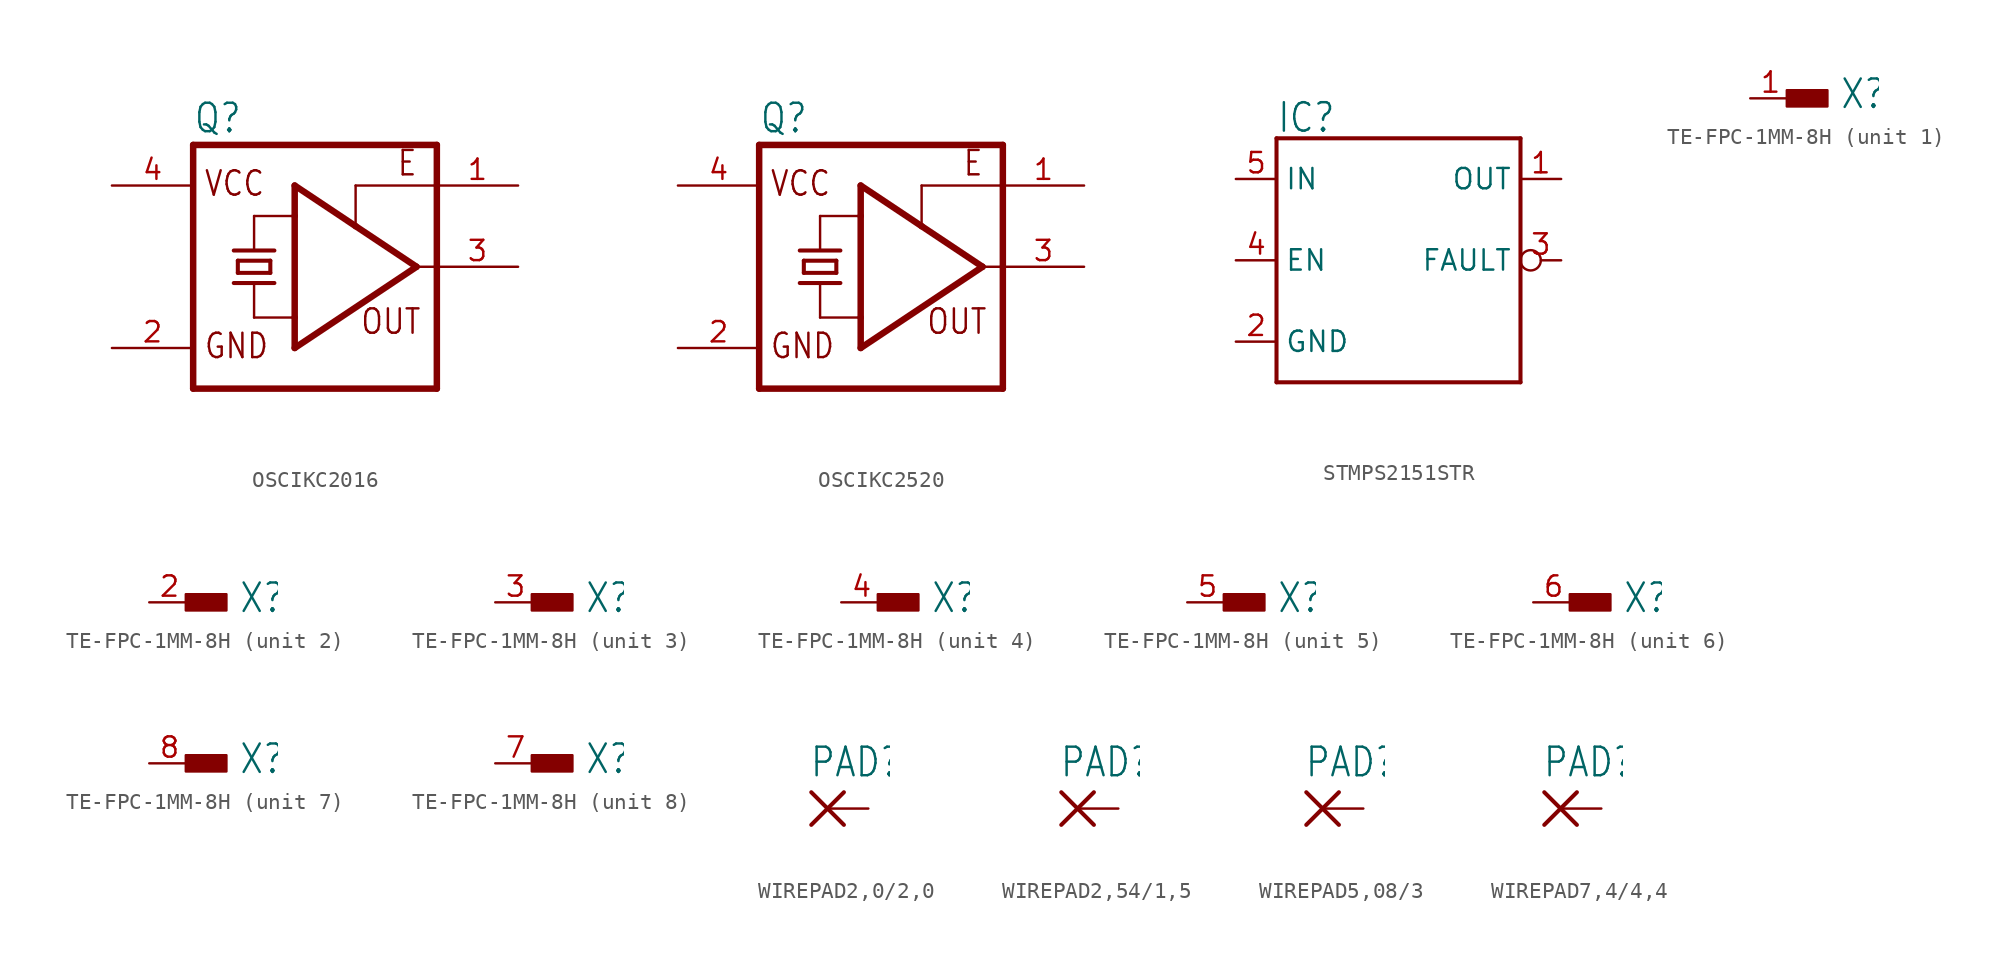
<source format=kicad_sym>
(kicad_symbol_lib
  (version 20231120)
  (generator "kicad_symbol_editor")
  (generator_version "8.0")
  (symbol "OSCIKC2016"
    (property "Reference" "Q"
      (at -7.62 8.255 0)
      (effects (font (size 1.778 1.511)) (justify left bottom)))
    (property "Value" ""
      (at -7.62 -10.16 0)
      (effects (font (size 1.778 1.511)) (justify left bottom)))
    (property "ki_locked" ""
      (at 0 0 0)
      (effects (font (size 1.27 1.27))))
    (symbol "OSCIKC2016_1_0"
      (polyline (pts (xy -7.62 7.62) (xy -7.62 -7.62)) (stroke (width 0.406) (type solid)) (fill (type none)))
      (polyline (pts (xy -7.62 7.62) (xy 7.62 7.62)) (stroke (width 0.406) (type solid)) (fill (type none)))
      (polyline (pts (xy -5.08 -1.016) (xy -3.81 -1.016)) (stroke (width 0.254) (type solid)) (fill (type none)))
      (polyline (pts (xy -5.08 1.016) (xy -2.54 1.016)) (stroke (width 0.254) (type solid)) (fill (type none)))
      (polyline (pts (xy -4.826 -0.381) (xy -4.826 0.381)) (stroke (width 0.254) (type solid)) (fill (type none)))
      (polyline (pts (xy -4.826 -0.381) (xy -2.794 -0.381)) (stroke (width 0.254) (type solid)) (fill (type none)))
      (polyline (pts (xy -4.826 0.381) (xy -2.794 0.381)) (stroke (width 0.254) (type solid)) (fill (type none)))
      (polyline (pts (xy -3.81 -3.175) (xy -3.81 -1.016)) (stroke (width 0.152) (type solid)) (fill (type none)))
      (polyline (pts (xy -3.81 -3.175) (xy -1.27 -3.175)) (stroke (width 0.152) (type solid)) (fill (type none)))
      (polyline (pts (xy -3.81 -1.016) (xy -2.54 -1.016)) (stroke (width 0.254) (type solid)) (fill (type none)))
      (polyline (pts (xy -3.81 1.016) (xy -3.81 3.175)) (stroke (width 0.152) (type solid)) (fill (type none)))
      (polyline (pts (xy -3.81 3.175) (xy -1.27 3.175)) (stroke (width 0.152) (type solid)) (fill (type none)))
      (polyline (pts (xy -2.794 0.381) (xy -2.794 -0.381)) (stroke (width 0.254) (type solid)) (fill (type none)))
      (polyline (pts (xy -1.27 -5.08) (xy -1.27 -3.175)) (stroke (width 0.406) (type solid)) (fill (type none)))
      (polyline (pts (xy -1.27 -3.175) (xy -1.27 3.175)) (stroke (width 0.406) (type solid)) (fill (type none)))
      (polyline (pts (xy -1.27 3.175) (xy -1.27 5.08)) (stroke (width 0.406) (type solid)) (fill (type none)))
      (polyline (pts (xy -1.27 5.08) (xy 2.54 2.54)) (stroke (width 0.406) (type solid)) (fill (type none)))
      (polyline (pts (xy 2.54 2.54) (xy 6.35 0)) (stroke (width 0.406) (type solid)) (fill (type none)))
      (polyline (pts (xy 2.54 5.08) (xy 2.54 2.54)) (stroke (width 0.152) (type solid)) (fill (type none)))
      (polyline (pts (xy 6.35 0) (xy -1.27 -5.08)) (stroke (width 0.406) (type solid)) (fill (type none)))
      (polyline (pts (xy 6.35 0) (xy 7.62 0)) (stroke (width 0.152) (type solid)) (fill (type none)))
      (polyline (pts (xy 7.62 -7.62) (xy -7.62 -7.62)) (stroke (width 0.406) (type solid)) (fill (type none)))
      (polyline (pts (xy 7.62 -7.62) (xy 7.62 0)) (stroke (width 0.406) (type solid)) (fill (type none)))
      (polyline (pts (xy 7.62 0) (xy 7.62 5.08)) (stroke (width 0.406) (type solid)) (fill (type none)))
      (polyline (pts (xy 7.62 5.08) (xy 2.54 5.08)) (stroke (width 0.152) (type solid)) (fill (type none)))
      (polyline (pts (xy 7.62 5.08) (xy 7.62 7.62)) (stroke (width 0.406) (type solid)) (fill (type none)))
      (text "E" (at 5.08 5.588 0) (effects (font (size 1.524 1.295)) (justify left bottom)))
      (text "GND" (at -6.985 -5.842 0) (effects (font (size 1.524 1.295)) (justify left bottom)))
      (text "OUT" (at 2.794 -4.318 0) (effects (font (size 1.524 1.295)) (justify left bottom)))
      (text "VCC" (at -6.985 4.318 0) (effects (font (size 1.524 1.295)) (justify left bottom)))
      (pin input line (at 12.7 5.08 180) (length 5.08) (name "OE" (effects (font (size 0 0)))) (number "1" (effects (font (size 1.27 1.27)))))
      (pin power_in line (at -12.7 -5.08 0) (length 5.08) (name "GND" (effects (font (size 0 0)))) (number "2" (effects (font (size 1.27 1.27)))))
      (pin output line (at 12.7 0 180) (length 5.08) (name "FO" (effects (font (size 0 0)))) (number "3" (effects (font (size 1.27 1.27)))))
      (pin power_in line (at -12.7 5.08 0) (length 5.08) (name "VCC" (effects (font (size 0 0)))) (number "4" (effects (font (size 1.27 1.27)))))))
  (symbol "OSCIKC2520"
    (property "Reference" "Q"
      (at -7.62 8.255 0)
      (effects (font (size 1.778 1.511)) (justify left bottom)))
    (property "Value" ""
      (at -7.62 -10.16 0)
      (effects (font (size 1.778 1.511)) (justify left bottom)))
    (property "ki_locked" ""
      (at 0 0 0)
      (effects (font (size 1.27 1.27))))
    (symbol "OSCIKC2520_1_0"
      (polyline (pts (xy -7.62 7.62) (xy -7.62 -7.62)) (stroke (width 0.406) (type solid)) (fill (type none)))
      (polyline (pts (xy -7.62 7.62) (xy 7.62 7.62)) (stroke (width 0.406) (type solid)) (fill (type none)))
      (polyline (pts (xy -5.08 -1.016) (xy -3.81 -1.016)) (stroke (width 0.254) (type solid)) (fill (type none)))
      (polyline (pts (xy -5.08 1.016) (xy -2.54 1.016)) (stroke (width 0.254) (type solid)) (fill (type none)))
      (polyline (pts (xy -4.826 -0.381) (xy -4.826 0.381)) (stroke (width 0.254) (type solid)) (fill (type none)))
      (polyline (pts (xy -4.826 -0.381) (xy -2.794 -0.381)) (stroke (width 0.254) (type solid)) (fill (type none)))
      (polyline (pts (xy -4.826 0.381) (xy -2.794 0.381)) (stroke (width 0.254) (type solid)) (fill (type none)))
      (polyline (pts (xy -3.81 -3.175) (xy -3.81 -1.016)) (stroke (width 0.152) (type solid)) (fill (type none)))
      (polyline (pts (xy -3.81 -3.175) (xy -1.27 -3.175)) (stroke (width 0.152) (type solid)) (fill (type none)))
      (polyline (pts (xy -3.81 -1.016) (xy -2.54 -1.016)) (stroke (width 0.254) (type solid)) (fill (type none)))
      (polyline (pts (xy -3.81 1.016) (xy -3.81 3.175)) (stroke (width 0.152) (type solid)) (fill (type none)))
      (polyline (pts (xy -3.81 3.175) (xy -1.27 3.175)) (stroke (width 0.152) (type solid)) (fill (type none)))
      (polyline (pts (xy -2.794 0.381) (xy -2.794 -0.381)) (stroke (width 0.254) (type solid)) (fill (type none)))
      (polyline (pts (xy -1.27 -5.08) (xy -1.27 -3.175)) (stroke (width 0.406) (type solid)) (fill (type none)))
      (polyline (pts (xy -1.27 -3.175) (xy -1.27 3.175)) (stroke (width 0.406) (type solid)) (fill (type none)))
      (polyline (pts (xy -1.27 3.175) (xy -1.27 5.08)) (stroke (width 0.406) (type solid)) (fill (type none)))
      (polyline (pts (xy -1.27 5.08) (xy 2.54 2.54)) (stroke (width 0.406) (type solid)) (fill (type none)))
      (polyline (pts (xy 2.54 2.54) (xy 6.35 0)) (stroke (width 0.406) (type solid)) (fill (type none)))
      (polyline (pts (xy 2.54 5.08) (xy 2.54 2.54)) (stroke (width 0.152) (type solid)) (fill (type none)))
      (polyline (pts (xy 6.35 0) (xy -1.27 -5.08)) (stroke (width 0.406) (type solid)) (fill (type none)))
      (polyline (pts (xy 6.35 0) (xy 7.62 0)) (stroke (width 0.152) (type solid)) (fill (type none)))
      (polyline (pts (xy 7.62 -7.62) (xy -7.62 -7.62)) (stroke (width 0.406) (type solid)) (fill (type none)))
      (polyline (pts (xy 7.62 -7.62) (xy 7.62 0)) (stroke (width 0.406) (type solid)) (fill (type none)))
      (polyline (pts (xy 7.62 0) (xy 7.62 5.08)) (stroke (width 0.406) (type solid)) (fill (type none)))
      (polyline (pts (xy 7.62 5.08) (xy 2.54 5.08)) (stroke (width 0.152) (type solid)) (fill (type none)))
      (polyline (pts (xy 7.62 5.08) (xy 7.62 7.62)) (stroke (width 0.406) (type solid)) (fill (type none)))
      (text "E" (at 5.08 5.588 0) (effects (font (size 1.524 1.295)) (justify left bottom)))
      (text "GND" (at -6.985 -5.842 0) (effects (font (size 1.524 1.295)) (justify left bottom)))
      (text "OUT" (at 2.794 -4.318 0) (effects (font (size 1.524 1.295)) (justify left bottom)))
      (text "VCC" (at -6.985 4.318 0) (effects (font (size 1.524 1.295)) (justify left bottom)))
      (pin input line (at 12.7 5.08 180) (length 5.08) (name "OE" (effects (font (size 0 0)))) (number "1" (effects (font (size 1.27 1.27)))))
      (pin power_in line (at -12.7 -5.08 0) (length 5.08) (name "GND" (effects (font (size 0 0)))) (number "2" (effects (font (size 1.27 1.27)))))
      (pin output line (at 12.7 0 180) (length 5.08) (name "FO" (effects (font (size 0 0)))) (number "3" (effects (font (size 1.27 1.27)))))
      (pin power_in line (at -12.7 5.08 0) (length 5.08) (name "VCC" (effects (font (size 0 0)))) (number "4" (effects (font (size 1.27 1.27)))))))
  (symbol "STMPS2151STR"
    (property "Reference" "IC"
      (at -7.62 7.874 0)
      (effects (font (size 1.778 1.511)) (justify left bottom)))
    (property "Value" ""
      (at -7.62 -10.16 0)
      (effects (font (size 1.778 1.511)) (justify left bottom)))
    (property "ki_locked" ""
      (at 0 0 0)
      (effects (font (size 1.27 1.27))))
    (symbol "STMPS2151STR_1_0"
      (polyline (pts (xy -7.62 -7.62) (xy -7.62 7.62)) (stroke (width 0.254) (type solid)) (fill (type none)))
      (polyline (pts (xy -7.62 7.62) (xy 7.62 7.62)) (stroke (width 0.254) (type solid)) (fill (type none)))
      (polyline (pts (xy 7.62 -7.62) (xy -7.62 -7.62)) (stroke (width 0.254) (type solid)) (fill (type none)))
      (polyline (pts (xy 7.62 7.62) (xy 7.62 -7.62)) (stroke (width 0.254) (type solid)) (fill (type none)))
      (pin passive line (at 10.16 5.08 180) (length 2.54) (name "OUT" (effects (font (size 1.27 1.27)))) (number "1" (effects (font (size 1.27 1.27)))))
      (pin power_in line (at -10.16 -5.08 0) (length 2.54) (name "GND" (effects (font (size 1.27 1.27)))) (number "2" (effects (font (size 1.27 1.27)))))
      (pin output inverted (at 10.16 0 180) (length 2.54) (name "FAULT" (effects (font (size 1.27 1.27)))) (number "3" (effects (font (size 1.27 1.27)))))
      (pin input line (at -10.16 0 0) (length 2.54) (name "EN" (effects (font (size 1.27 1.27)))) (number "4" (effects (font (size 1.27 1.27)))))
      (pin passive line (at -10.16 5.08 0) (length 2.54) (name "IN" (effects (font (size 1.27 1.27)))) (number "5" (effects (font (size 1.27 1.27)))))))
  (symbol "TE-FPC-1MM-8H"
    (property "Reference" "X"
      (at 5.588 -0.762 0)
      (effects (font (size 1.778 1.511)) (justify left bottom)))
    (property "ki_locked" ""
      (at 0 0 0)
      (effects (font (size 1.27 1.27))))
    (symbol "TE-FPC-1MM-8H_1_0"
      (rectangle (start 2.286 -0.508) (end 4.826 0.508) (stroke (width 0) (type default)) (fill (type outline)))
      (pin bidirectional line (at 0 0 0) (length 2.54) (name "-1" (effects (font (size 0 0)))) (number "1" (effects (font (size 1.27 1.27))))))
    (symbol "TE-FPC-1MM-8H_2_0"
      (rectangle (start 2.286 -0.508) (end 4.826 0.508) (stroke (width 0) (type default)) (fill (type outline)))
      (pin bidirectional line (at 0 0 0) (length 2.54) (name "-1" (effects (font (size 0 0)))) (number "2" (effects (font (size 1.27 1.27))))))
    (symbol "TE-FPC-1MM-8H_3_0"
      (rectangle (start 2.286 -0.508) (end 4.826 0.508) (stroke (width 0) (type default)) (fill (type outline)))
      (pin bidirectional line (at 0 0 0) (length 2.54) (name "-1" (effects (font (size 0 0)))) (number "3" (effects (font (size 1.27 1.27))))))
    (symbol "TE-FPC-1MM-8H_4_0"
      (rectangle (start 2.286 -0.508) (end 4.826 0.508) (stroke (width 0) (type default)) (fill (type outline)))
      (pin bidirectional line (at 0 0 0) (length 2.54) (name "-1" (effects (font (size 0 0)))) (number "4" (effects (font (size 1.27 1.27))))))
    (symbol "TE-FPC-1MM-8H_5_0"
      (rectangle (start 2.286 -0.508) (end 4.826 0.508) (stroke (width 0) (type default)) (fill (type outline)))
      (pin bidirectional line (at 0 0 0) (length 2.54) (name "-1" (effects (font (size 0 0)))) (number "5" (effects (font (size 1.27 1.27))))))
    (symbol "TE-FPC-1MM-8H_6_0"
      (rectangle (start 2.286 -0.508) (end 4.826 0.508) (stroke (width 0) (type default)) (fill (type outline)))
      (pin bidirectional line (at 0 0 0) (length 2.54) (name "-1" (effects (font (size 0 0)))) (number "6" (effects (font (size 1.27 1.27))))))
    (symbol "TE-FPC-1MM-8H_7_0"
      (rectangle (start 2.286 -0.508) (end 4.826 0.508) (stroke (width 0) (type default)) (fill (type outline)))
      (pin bidirectional line (at 0 0 0) (length 2.54) (name "-1" (effects (font (size 0 0)))) (number "8" (effects (font (size 1.27 1.27))))))
    (symbol "TE-FPC-1MM-8H_8_0"
      (rectangle (start 2.286 -0.508) (end 4.826 0.508) (stroke (width 0) (type default)) (fill (type outline)))
      (pin bidirectional line (at 0 0 0) (length 2.54) (name "-1" (effects (font (size 0 0)))) (number "7" (effects (font (size 1.27 1.27)))))))
  (symbol "WIREPAD2,0/2,0"
    (property "Reference" "PAD"
      (at -1.143 1.854 0)
      (effects (font (size 1.778 1.511)) (justify left bottom)))
    (property "Value" ""
      (at -1.143 -3.302 0)
      (effects (font (size 1.778 1.511)) (justify left bottom)))
    (property "ki_locked" ""
      (at 0 0 0)
      (effects (font (size 1.27 1.27))))
    (symbol "WIREPAD2,0/2,0_1_0"
      (polyline (pts (xy -1.016 -1.016) (xy 1.016 1.016)) (stroke (width 0.254) (type solid)) (fill (type none)))
      (polyline (pts (xy -1.016 1.016) (xy 1.016 -1.016)) (stroke (width 0.254) (type solid)) (fill (type none)))
      (pin passive line (at 2.54 0 180) (length 2.54) (name "P" (effects (font (size 0 0)))) (number "1" (effects (font (size 0 0)))))))
  (symbol "WIREPAD2,54/1,5"
    (property "Reference" "PAD"
      (at -1.143 1.854 0)
      (effects (font (size 1.778 1.511)) (justify left bottom)))
    (property "Value" ""
      (at -1.143 -3.302 0)
      (effects (font (size 1.778 1.511)) (justify left bottom)))
    (property "ki_locked" ""
      (at 0 0 0)
      (effects (font (size 1.27 1.27))))
    (symbol "WIREPAD2,54/1,5_1_0"
      (polyline (pts (xy -1.016 -1.016) (xy 1.016 1.016)) (stroke (width 0.254) (type solid)) (fill (type none)))
      (polyline (pts (xy -1.016 1.016) (xy 1.016 -1.016)) (stroke (width 0.254) (type solid)) (fill (type none)))
      (pin passive line (at 2.54 0 180) (length 2.54) (name "P" (effects (font (size 0 0)))) (number "P$1" (effects (font (size 0 0)))))))
  (symbol "WIREPAD5,08/3"
    (property "Reference" "PAD"
      (at -1.143 1.854 0)
      (effects (font (size 1.778 1.511)) (justify left bottom)))
    (property "Value" ""
      (at -1.143 -3.302 0)
      (effects (font (size 1.778 1.511)) (justify left bottom)))
    (property "ki_locked" ""
      (at 0 0 0)
      (effects (font (size 1.27 1.27))))
    (symbol "WIREPAD5,08/3_1_0"
      (polyline (pts (xy -1.016 -1.016) (xy 1.016 1.016)) (stroke (width 0.254) (type solid)) (fill (type none)))
      (polyline (pts (xy -1.016 1.016) (xy 1.016 -1.016)) (stroke (width 0.254) (type solid)) (fill (type none)))
      (pin passive line (at 2.54 0 180) (length 2.54) (name "P" (effects (font (size 0 0)))) (number "P$1" (effects (font (size 0 0)))))))
  (symbol "WIREPAD7,4/4,4"
    (property "Reference" "PAD"
      (at -1.143 1.854 0)
      (effects (font (size 1.778 1.511)) (justify left bottom)))
    (property "Value" ""
      (at -1.143 -3.302 0)
      (effects (font (size 1.778 1.511)) (justify left bottom)))
    (property "ki_locked" ""
      (at 0 0 0)
      (effects (font (size 1.27 1.27))))
    (symbol "WIREPAD7,4/4,4_1_0"
      (polyline (pts (xy -1.016 -1.016) (xy 1.016 1.016)) (stroke (width 0.254) (type solid)) (fill (type none)))
      (polyline (pts (xy -1.016 1.016) (xy 1.016 -1.016)) (stroke (width 0.254) (type solid)) (fill (type none)))
      (pin passive line (at 2.54 0 180) (length 2.54) (name "P" (effects (font (size 0 0)))) (number "1" (effects (font (size 0 0))))))))
</source>
